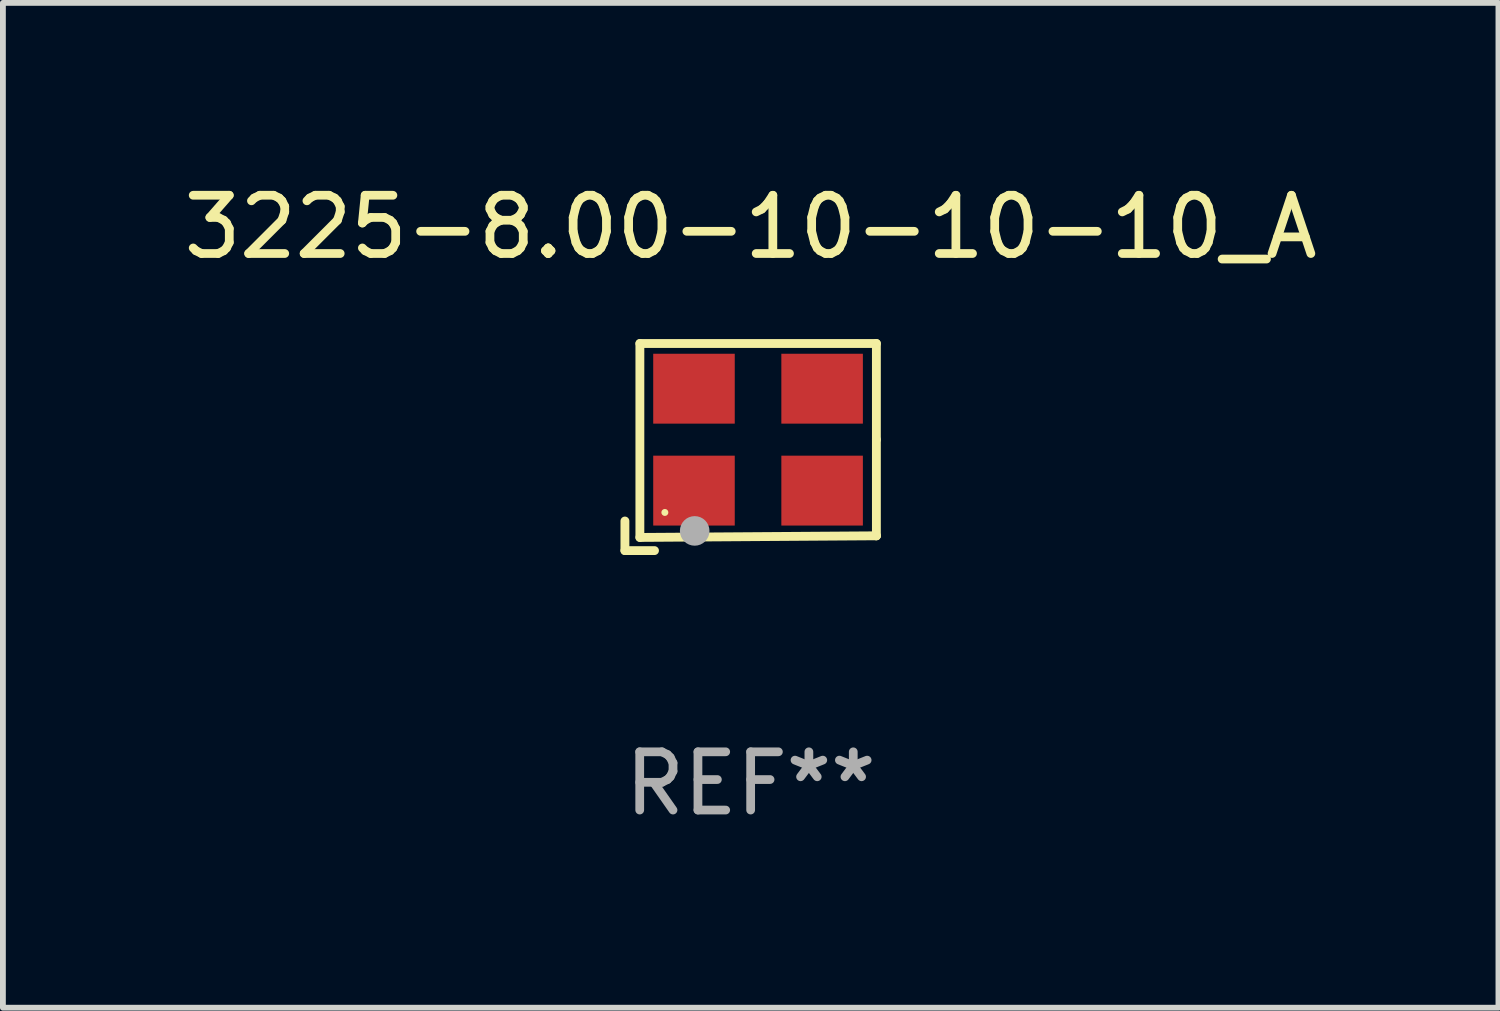
<source format=kicad_pcb>
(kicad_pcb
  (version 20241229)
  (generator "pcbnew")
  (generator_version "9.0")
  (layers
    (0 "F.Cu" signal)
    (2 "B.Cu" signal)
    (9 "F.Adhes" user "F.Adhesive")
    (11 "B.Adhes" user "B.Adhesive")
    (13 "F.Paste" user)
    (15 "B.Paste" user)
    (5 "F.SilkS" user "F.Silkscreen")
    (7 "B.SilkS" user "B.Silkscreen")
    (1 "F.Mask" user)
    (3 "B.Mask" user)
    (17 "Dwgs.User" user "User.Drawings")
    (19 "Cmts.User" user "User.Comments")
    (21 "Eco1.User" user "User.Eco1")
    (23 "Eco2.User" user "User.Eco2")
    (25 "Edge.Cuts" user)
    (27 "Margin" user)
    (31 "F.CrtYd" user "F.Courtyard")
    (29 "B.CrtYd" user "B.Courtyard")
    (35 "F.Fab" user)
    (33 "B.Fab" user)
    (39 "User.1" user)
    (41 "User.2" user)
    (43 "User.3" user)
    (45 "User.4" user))
  (footprint "3225-8.00-10-10-10_A"
    (layer "F.Cu")
    (at 9.839 4.626)
    (property "Reference" "3225-8.00-10-10-10_A" (at 0 -3.778 0) (layer "F.SilkS") (effects (font (size 1 1) (thickness 0.15))))
    (attr through_hole)
    (fp_line (start -2.159 1.27) (end -2.159 1.778) (stroke (width 0.152) (type solid)) (layer "F.SilkS"))
    (fp_line (start -2.159 1.778) (end -1.651 1.778) (stroke (width 0.152) (type solid)) (layer "F.SilkS"))
    (fp_line (start -1.902 -1.778) (end 2.159 -1.778) (stroke (width 0.152) (type solid)) (layer "F.SilkS"))
    (fp_line (start -1.902 1.552) (end -1.902 -1.778) (stroke (width 0.152) (type solid)) (layer "F.SilkS"))
    (fp_line (start 2.159 -1.778) (end 2.159 -0.127) (stroke (width 0.152) (type solid)) (layer "F.SilkS"))
    (fp_line (start 2.159 -0.127) (end 2.159 1.524) (stroke (width 0.152) (type solid)) (layer "F.SilkS"))
    (fp_line (start 2.159 1.524) (end -1.902 1.552) (stroke (width 0.152) (type solid)) (layer "F.SilkS"))
    (fp_line (start 2.159 1.524) (end 2.159 1.524) (stroke (width 0.152) (type solid)) (layer "F.SilkS"))
    (fp_circle (center -1.473 1.123) (end -1.443 1.123) (stroke (width 0.06) (type solid)) (fill no) (layer "F.SilkS"))
    (fp_circle (center -0.961 1.44) (end -0.834 1.44) (stroke (width 0.254) (type solid)) (fill no) (layer "F.Fab"))
    (fp_text user "REF**" (at 0 5.778 0) (layer "F.Fab") (effects (font (size 1 1) (thickness 0.15))))
    (pad "1" smd rect (at -0.973 0.748) (size 1.4 1.2) (layers "F.Cu" "F.Mask" "F.Paste"))
    (pad "2" smd rect (at 1.227 0.748) (size 1.4 1.2) (layers "F.Cu" "F.Mask" "F.Paste"))
    (pad "3" smd rect (at 1.227 -1.002) (size 1.4 1.2) (layers "F.Cu" "F.Mask" "F.Paste"))
    (pad "4" smd rect (at -0.973 -1.002) (size 1.4 1.2) (layers "F.Cu" "F.Mask" "F.Paste")))
  (gr_rect
    (start -3 -3)
    (end 22.679 14.253)
    (stroke (width 0.1) (type default))
    (fill no)
    (layer "Edge.Cuts")))
</source>
